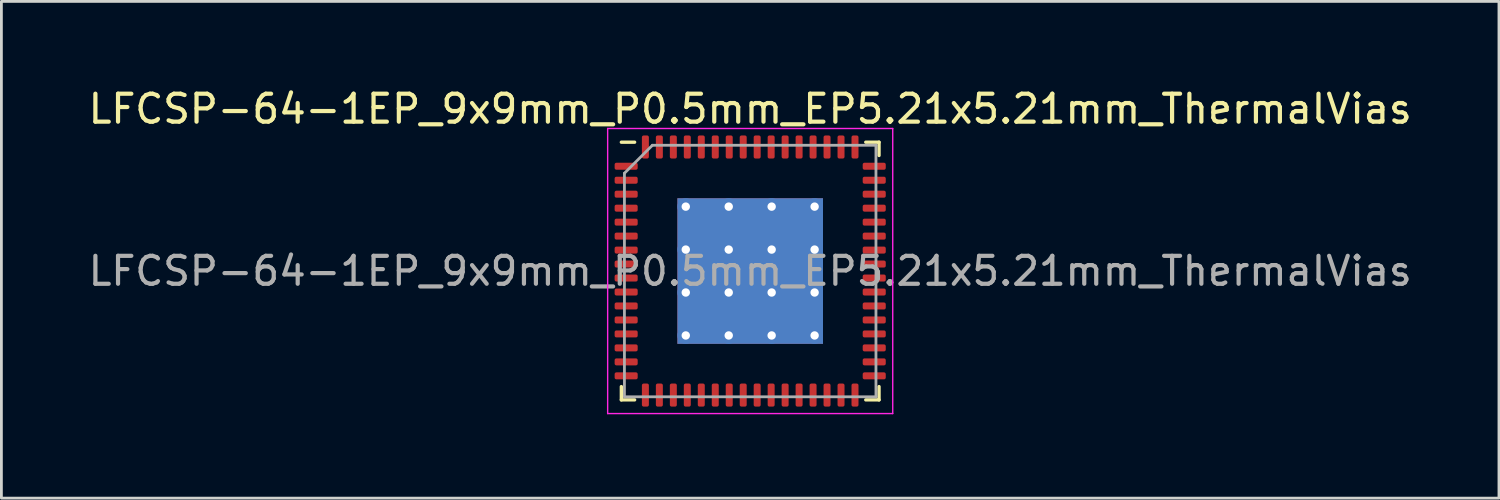
<source format=kicad_pcb>
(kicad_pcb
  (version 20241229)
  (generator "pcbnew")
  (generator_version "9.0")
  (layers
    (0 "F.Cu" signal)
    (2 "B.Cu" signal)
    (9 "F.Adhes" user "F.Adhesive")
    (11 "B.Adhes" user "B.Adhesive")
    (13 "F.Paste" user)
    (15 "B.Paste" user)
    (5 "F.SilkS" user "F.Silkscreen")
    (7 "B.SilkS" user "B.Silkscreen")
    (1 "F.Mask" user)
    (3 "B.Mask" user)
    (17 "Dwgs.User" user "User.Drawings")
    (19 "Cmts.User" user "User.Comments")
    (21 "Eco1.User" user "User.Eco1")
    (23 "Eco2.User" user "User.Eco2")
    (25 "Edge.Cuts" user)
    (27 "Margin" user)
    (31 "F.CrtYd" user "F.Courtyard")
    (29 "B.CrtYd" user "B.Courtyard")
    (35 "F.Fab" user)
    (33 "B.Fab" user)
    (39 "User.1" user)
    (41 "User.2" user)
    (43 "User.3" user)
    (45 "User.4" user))
  (footprint "LFCSP-64-1EP_9x9mm_P0.5mm_EP5.21x5.21mm_ThermalVias"
    (layer "F.Cu")
    (at 23.792 6.648)
    (property "Reference" "LFCSP-64-1EP_9x9mm_P0.5mm_EP5.21x5.21mm_ThermalVias" (at 0 -5.8 0) (layer "F.SilkS") (effects (font (size 1 1) (thickness 0.15))))
    (attr smd)
    (fp_line (start -4.61 4.61) (end -4.61 4.135) (stroke (width 0.12) (type solid)) (layer "F.SilkS"))
    (fp_line (start -4.135 -4.61) (end -4.61 -4.61) (stroke (width 0.12) (type solid)) (layer "F.SilkS"))
    (fp_line (start -4.135 4.61) (end -4.61 4.61) (stroke (width 0.12) (type solid)) (layer "F.SilkS"))
    (fp_line (start 4.135 -4.61) (end 4.61 -4.61) (stroke (width 0.12) (type solid)) (layer "F.SilkS"))
    (fp_line (start 4.135 4.61) (end 4.61 4.61) (stroke (width 0.12) (type solid)) (layer "F.SilkS"))
    (fp_line (start 4.61 -4.61) (end 4.61 -4.135) (stroke (width 0.12) (type solid)) (layer "F.SilkS"))
    (fp_line (start 4.61 4.61) (end 4.61 4.135) (stroke (width 0.12) (type solid)) (layer "F.SilkS"))
    (fp_line (start -5.1 -5.1) (end -5.1 5.1) (stroke (width 0.05) (type solid)) (layer "F.CrtYd"))
    (fp_line (start -5.1 5.1) (end 5.1 5.1) (stroke (width 0.05) (type solid)) (layer "F.CrtYd"))
    (fp_line (start 5.1 -5.1) (end -5.1 -5.1) (stroke (width 0.05) (type solid)) (layer "F.CrtYd"))
    (fp_line (start 5.1 5.1) (end 5.1 -5.1) (stroke (width 0.05) (type solid)) (layer "F.CrtYd"))
    (fp_line (start -4.5 -3.5) (end -3.5 -4.5) (stroke (width 0.1) (type solid)) (layer "F.Fab"))
    (fp_line (start -4.5 4.5) (end -4.5 -3.5) (stroke (width 0.1) (type solid)) (layer "F.Fab"))
    (fp_line (start -3.5 -4.5) (end 4.5 -4.5) (stroke (width 0.1) (type solid)) (layer "F.Fab"))
    (fp_line (start 4.5 -4.5) (end 4.5 4.5) (stroke (width 0.1) (type solid)) (layer "F.Fab"))
    (fp_line (start 4.5 4.5) (end -4.5 4.5) (stroke (width 0.1) (type solid)) (layer "F.Fab"))
    (fp_text user "${REFERENCE}" (at 0 0 0) (layer "F.Fab") (effects (font (size 1 1) (thickness 0.15))))
    (pad "" smd roundrect (at -1.3 -1.3) (size 2.26 2.26) (layers "F.Paste") (roundrect_rratio 0.111))
    (pad "" smd roundrect (at -1.3 1.3) (size 2.26 2.26) (layers "F.Paste") (roundrect_rratio 0.111))
    (pad "" smd roundrect (at 1.3 -1.3) (size 2.26 2.26) (layers "F.Paste") (roundrect_rratio 0.111))
    (pad "" smd roundrect (at 1.3 1.3) (size 2.26 2.26) (layers "F.Paste") (roundrect_rratio 0.111))
    (pad "1" smd roundrect (at -4.438 -3.75) (size 0.825 0.25) (layers "F.Cu" "F.Mask" "F.Paste") (roundrect_rratio 0.25))
    (pad "2" smd roundrect (at -4.438 -3.25) (size 0.825 0.25) (layers "F.Cu" "F.Mask" "F.Paste") (roundrect_rratio 0.25))
    (pad "3" smd roundrect (at -4.438 -2.75) (size 0.825 0.25) (layers "F.Cu" "F.Mask" "F.Paste") (roundrect_rratio 0.25))
    (pad "4" smd roundrect (at -4.438 -2.25) (size 0.825 0.25) (layers "F.Cu" "F.Mask" "F.Paste") (roundrect_rratio 0.25))
    (pad "5" smd roundrect (at -4.438 -1.75) (size 0.825 0.25) (layers "F.Cu" "F.Mask" "F.Paste") (roundrect_rratio 0.25))
    (pad "6" smd roundrect (at -4.438 -1.25) (size 0.825 0.25) (layers "F.Cu" "F.Mask" "F.Paste") (roundrect_rratio 0.25))
    (pad "7" smd roundrect (at -4.438 -0.75) (size 0.825 0.25) (layers "F.Cu" "F.Mask" "F.Paste") (roundrect_rratio 0.25))
    (pad "8" smd roundrect (at -4.438 -0.25) (size 0.825 0.25) (layers "F.Cu" "F.Mask" "F.Paste") (roundrect_rratio 0.25))
    (pad "9" smd roundrect (at -4.438 0.25) (size 0.825 0.25) (layers "F.Cu" "F.Mask" "F.Paste") (roundrect_rratio 0.25))
    (pad "10" smd roundrect (at -4.438 0.75) (size 0.825 0.25) (layers "F.Cu" "F.Mask" "F.Paste") (roundrect_rratio 0.25))
    (pad "11" smd roundrect (at -4.438 1.25) (size 0.825 0.25) (layers "F.Cu" "F.Mask" "F.Paste") (roundrect_rratio 0.25))
    (pad "12" smd roundrect (at -4.438 1.75) (size 0.825 0.25) (layers "F.Cu" "F.Mask" "F.Paste") (roundrect_rratio 0.25))
    (pad "13" smd roundrect (at -4.438 2.25) (size 0.825 0.25) (layers "F.Cu" "F.Mask" "F.Paste") (roundrect_rratio 0.25))
    (pad "14" smd roundrect (at -4.438 2.75) (size 0.825 0.25) (layers "F.Cu" "F.Mask" "F.Paste") (roundrect_rratio 0.25))
    (pad "15" smd roundrect (at -4.438 3.25) (size 0.825 0.25) (layers "F.Cu" "F.Mask" "F.Paste") (roundrect_rratio 0.25))
    (pad "16" smd roundrect (at -4.438 3.75) (size 0.825 0.25) (layers "F.Cu" "F.Mask" "F.Paste") (roundrect_rratio 0.25))
    (pad "17" smd roundrect (at -3.75 4.438) (size 0.25 0.825) (layers "F.Cu" "F.Mask" "F.Paste") (roundrect_rratio 0.25))
    (pad "18" smd roundrect (at -3.25 4.438) (size 0.25 0.825) (layers "F.Cu" "F.Mask" "F.Paste") (roundrect_rratio 0.25))
    (pad "19" smd roundrect (at -2.75 4.438) (size 0.25 0.825) (layers "F.Cu" "F.Mask" "F.Paste") (roundrect_rratio 0.25))
    (pad "20" smd roundrect (at -2.25 4.438) (size 0.25 0.825) (layers "F.Cu" "F.Mask" "F.Paste") (roundrect_rratio 0.25))
    (pad "21" smd roundrect (at -1.75 4.438) (size 0.25 0.825) (layers "F.Cu" "F.Mask" "F.Paste") (roundrect_rratio 0.25))
    (pad "22" smd roundrect (at -1.25 4.438) (size 0.25 0.825) (layers "F.Cu" "F.Mask" "F.Paste") (roundrect_rratio 0.25))
    (pad "23" smd roundrect (at -0.75 4.438) (size 0.25 0.825) (layers "F.Cu" "F.Mask" "F.Paste") (roundrect_rratio 0.25))
    (pad "24" smd roundrect (at -0.25 4.438) (size 0.25 0.825) (layers "F.Cu" "F.Mask" "F.Paste") (roundrect_rratio 0.25))
    (pad "25" smd roundrect (at 0.25 4.438) (size 0.25 0.825) (layers "F.Cu" "F.Mask" "F.Paste") (roundrect_rratio 0.25))
    (pad "26" smd roundrect (at 0.75 4.438) (size 0.25 0.825) (layers "F.Cu" "F.Mask" "F.Paste") (roundrect_rratio 0.25))
    (pad "27" smd roundrect (at 1.25 4.438) (size 0.25 0.825) (layers "F.Cu" "F.Mask" "F.Paste") (roundrect_rratio 0.25))
    (pad "28" smd roundrect (at 1.75 4.438) (size 0.25 0.825) (layers "F.Cu" "F.Mask" "F.Paste") (roundrect_rratio 0.25))
    (pad "29" smd roundrect (at 2.25 4.438) (size 0.25 0.825) (layers "F.Cu" "F.Mask" "F.Paste") (roundrect_rratio 0.25))
    (pad "30" smd roundrect (at 2.75 4.438) (size 0.25 0.825) (layers "F.Cu" "F.Mask" "F.Paste") (roundrect_rratio 0.25))
    (pad "31" smd roundrect (at 3.25 4.438) (size 0.25 0.825) (layers "F.Cu" "F.Mask" "F.Paste") (roundrect_rratio 0.25))
    (pad "32" smd roundrect (at 3.75 4.438) (size 0.25 0.825) (layers "F.Cu" "F.Mask" "F.Paste") (roundrect_rratio 0.25))
    (pad "33" smd roundrect (at 4.438 3.75) (size 0.825 0.25) (layers "F.Cu" "F.Mask" "F.Paste") (roundrect_rratio 0.25))
    (pad "34" smd roundrect (at 4.438 3.25) (size 0.825 0.25) (layers "F.Cu" "F.Mask" "F.Paste") (roundrect_rratio 0.25))
    (pad "35" smd roundrect (at 4.438 2.75) (size 0.825 0.25) (layers "F.Cu" "F.Mask" "F.Paste") (roundrect_rratio 0.25))
    (pad "36" smd roundrect (at 4.438 2.25) (size 0.825 0.25) (layers "F.Cu" "F.Mask" "F.Paste") (roundrect_rratio 0.25))
    (pad "37" smd roundrect (at 4.438 1.75) (size 0.825 0.25) (layers "F.Cu" "F.Mask" "F.Paste") (roundrect_rratio 0.25))
    (pad "38" smd roundrect (at 4.438 1.25) (size 0.825 0.25) (layers "F.Cu" "F.Mask" "F.Paste") (roundrect_rratio 0.25))
    (pad "39" smd roundrect (at 4.438 0.75) (size 0.825 0.25) (layers "F.Cu" "F.Mask" "F.Paste") (roundrect_rratio 0.25))
    (pad "40" smd roundrect (at 4.438 0.25) (size 0.825 0.25) (layers "F.Cu" "F.Mask" "F.Paste") (roundrect_rratio 0.25))
    (pad "41" smd roundrect (at 4.438 -0.25) (size 0.825 0.25) (layers "F.Cu" "F.Mask" "F.Paste") (roundrect_rratio 0.25))
    (pad "42" smd roundrect (at 4.438 -0.75) (size 0.825 0.25) (layers "F.Cu" "F.Mask" "F.Paste") (roundrect_rratio 0.25))
    (pad "43" smd roundrect (at 4.438 -1.25) (size 0.825 0.25) (layers "F.Cu" "F.Mask" "F.Paste") (roundrect_rratio 0.25))
    (pad "44" smd roundrect (at 4.438 -1.75) (size 0.825 0.25) (layers "F.Cu" "F.Mask" "F.Paste") (roundrect_rratio 0.25))
    (pad "45" smd roundrect (at 4.438 -2.25) (size 0.825 0.25) (layers "F.Cu" "F.Mask" "F.Paste") (roundrect_rratio 0.25))
    (pad "46" smd roundrect (at 4.438 -2.75) (size 0.825 0.25) (layers "F.Cu" "F.Mask" "F.Paste") (roundrect_rratio 0.25))
    (pad "47" smd roundrect (at 4.438 -3.25) (size 0.825 0.25) (layers "F.Cu" "F.Mask" "F.Paste") (roundrect_rratio 0.25))
    (pad "48" smd roundrect (at 4.438 -3.75) (size 0.825 0.25) (layers "F.Cu" "F.Mask" "F.Paste") (roundrect_rratio 0.25))
    (pad "49" smd roundrect (at 3.75 -4.438) (size 0.25 0.825) (layers "F.Cu" "F.Mask" "F.Paste") (roundrect_rratio 0.25))
    (pad "50" smd roundrect (at 3.25 -4.438) (size 0.25 0.825) (layers "F.Cu" "F.Mask" "F.Paste") (roundrect_rratio 0.25))
    (pad "51" smd roundrect (at 2.75 -4.438) (size 0.25 0.825) (layers "F.Cu" "F.Mask" "F.Paste") (roundrect_rratio 0.25))
    (pad "52" smd roundrect (at 2.25 -4.438) (size 0.25 0.825) (layers "F.Cu" "F.Mask" "F.Paste") (roundrect_rratio 0.25))
    (pad "53" smd roundrect (at 1.75 -4.438) (size 0.25 0.825) (layers "F.Cu" "F.Mask" "F.Paste") (roundrect_rratio 0.25))
    (pad "54" smd roundrect (at 1.25 -4.438) (size 0.25 0.825) (layers "F.Cu" "F.Mask" "F.Paste") (roundrect_rratio 0.25))
    (pad "55" smd roundrect (at 0.75 -4.438) (size 0.25 0.825) (layers "F.Cu" "F.Mask" "F.Paste") (roundrect_rratio 0.25))
    (pad "56" smd roundrect (at 0.25 -4.438) (size 0.25 0.825) (layers "F.Cu" "F.Mask" "F.Paste") (roundrect_rratio 0.25))
    (pad "57" smd roundrect (at -0.25 -4.438) (size 0.25 0.825) (layers "F.Cu" "F.Mask" "F.Paste") (roundrect_rratio 0.25))
    (pad "58" smd roundrect (at -0.75 -4.438) (size 0.25 0.825) (layers "F.Cu" "F.Mask" "F.Paste") (roundrect_rratio 0.25))
    (pad "59" smd roundrect (at -1.25 -4.438) (size 0.25 0.825) (layers "F.Cu" "F.Mask" "F.Paste") (roundrect_rratio 0.25))
    (pad "60" smd roundrect (at -1.75 -4.438) (size 0.25 0.825) (layers "F.Cu" "F.Mask" "F.Paste") (roundrect_rratio 0.25))
    (pad "61" smd roundrect (at -2.25 -4.438) (size 0.25 0.825) (layers "F.Cu" "F.Mask" "F.Paste") (roundrect_rratio 0.25))
    (pad "62" smd roundrect (at -2.75 -4.438) (size 0.25 0.825) (layers "F.Cu" "F.Mask" "F.Paste") (roundrect_rratio 0.25))
    (pad "63" smd roundrect (at -3.25 -4.438) (size 0.25 0.825) (layers "F.Cu" "F.Mask" "F.Paste") (roundrect_rratio 0.25))
    (pad "64" smd roundrect (at -3.75 -4.438) (size 0.25 0.825) (layers "F.Cu" "F.Mask" "F.Paste") (roundrect_rratio 0.25))
    (pad "65" thru_hole circle (at -2.305 -2.305) (size 0.6 0.6) (drill 0.3) (layers "*.Cu"))
    (pad "65" thru_hole circle (at -2.305 -0.768) (size 0.6 0.6) (drill 0.3) (layers "*.Cu"))
    (pad "65" thru_hole circle (at -2.305 0.768) (size 0.6 0.6) (drill 0.3) (layers "*.Cu"))
    (pad "65" thru_hole circle (at -2.305 2.305) (size 0.6 0.6) (drill 0.3) (layers "*.Cu"))
    (pad "65" thru_hole circle (at -0.768 -2.305) (size 0.6 0.6) (drill 0.3) (layers "*.Cu"))
    (pad "65" thru_hole circle (at -0.768 -0.768) (size 0.6 0.6) (drill 0.3) (layers "*.Cu"))
    (pad "65" thru_hole circle (at -0.768 0.768) (size 0.6 0.6) (drill 0.3) (layers "*.Cu"))
    (pad "65" thru_hole circle (at -0.768 2.305) (size 0.6 0.6) (drill 0.3) (layers "*.Cu"))
    (pad "65" smd rect (at 0 0) (size 5.21 5.21) (layers "F.Cu" "F.Mask"))
    (pad "65" smd rect (at 0 0) (size 5.21 5.21) (layers "B.Cu"))
    (pad "65" thru_hole circle (at 0.768 -2.305) (size 0.6 0.6) (drill 0.3) (layers "*.Cu"))
    (pad "65" thru_hole circle (at 0.768 -0.768) (size 0.6 0.6) (drill 0.3) (layers "*.Cu"))
    (pad "65" thru_hole circle (at 0.768 0.768) (size 0.6 0.6) (drill 0.3) (layers "*.Cu"))
    (pad "65" thru_hole circle (at 0.768 2.305) (size 0.6 0.6) (drill 0.3) (layers "*.Cu"))
    (pad "65" thru_hole circle (at 2.305 -2.305) (size 0.6 0.6) (drill 0.3) (layers "*.Cu"))
    (pad "65" thru_hole circle (at 2.305 -0.768) (size 0.6 0.6) (drill 0.3) (layers "*.Cu"))
    (pad "65" thru_hole circle (at 2.305 0.768) (size 0.6 0.6) (drill 0.3) (layers "*.Cu"))
    (pad "65" thru_hole circle (at 2.305 2.305) (size 0.6 0.6) (drill 0.3) (layers "*.Cu")))
  (gr_rect
    (start -3 -3)
    (end 50.583 14.773)
    (stroke (width 0.1) (type default))
    (fill no)
    (layer "Edge.Cuts")))
</source>
